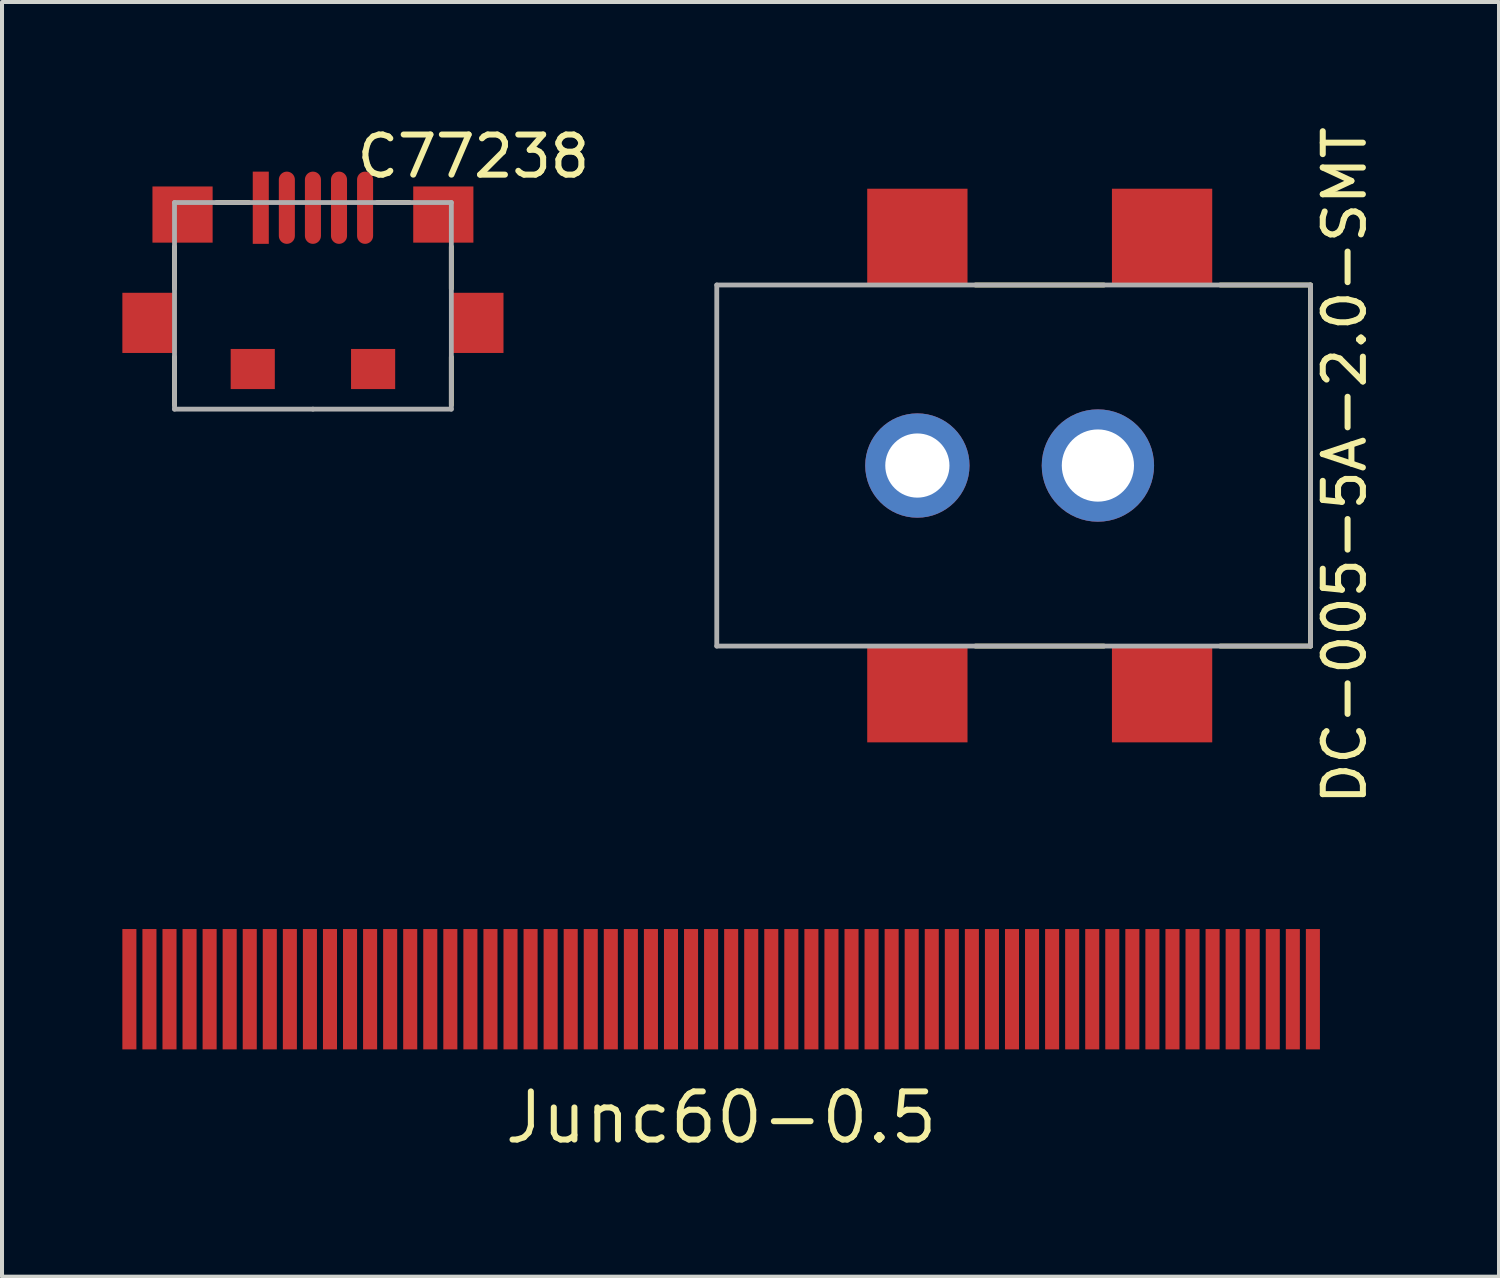
<source format=kicad_pcb>
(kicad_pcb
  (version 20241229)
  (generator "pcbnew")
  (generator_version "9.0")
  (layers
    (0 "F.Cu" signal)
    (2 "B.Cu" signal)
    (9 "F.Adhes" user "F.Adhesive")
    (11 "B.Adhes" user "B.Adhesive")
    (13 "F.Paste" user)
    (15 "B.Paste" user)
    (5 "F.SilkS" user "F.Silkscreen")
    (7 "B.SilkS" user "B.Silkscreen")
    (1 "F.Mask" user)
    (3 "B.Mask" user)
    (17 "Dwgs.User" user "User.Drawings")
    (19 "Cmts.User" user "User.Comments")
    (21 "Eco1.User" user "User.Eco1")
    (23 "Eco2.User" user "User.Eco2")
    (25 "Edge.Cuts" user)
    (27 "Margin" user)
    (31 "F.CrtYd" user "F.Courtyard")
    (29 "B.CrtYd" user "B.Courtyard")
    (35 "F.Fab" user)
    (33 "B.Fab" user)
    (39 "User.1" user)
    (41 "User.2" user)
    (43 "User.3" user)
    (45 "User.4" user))
  (footprint "Junc60-0.5"
    (layer "F.Cu")
    (at 14.925 21.607)
    (property "Reference" "Junc60-0.5" (at 0 3.2 0) (layer "F.SilkS") (effects (font (size 1.2 1.2) (thickness 0.15))))
    (attr through_hole)
    (pad "1" smd rect (at -14.75 0) (size 0.35 3) (layers "F.Cu" "F.Mask" "F.Paste"))
    (pad "2" smd rect (at -14.25 0) (size 0.35 3) (layers "F.Cu" "F.Mask" "F.Paste"))
    (pad "3" smd rect (at -13.75 0) (size 0.35 3) (layers "F.Cu" "F.Mask" "F.Paste"))
    (pad "4" smd rect (at -13.25 0) (size 0.35 3) (layers "F.Cu" "F.Mask" "F.Paste"))
    (pad "5" smd rect (at -12.75 0) (size 0.35 3) (layers "F.Cu" "F.Mask" "F.Paste"))
    (pad "6" smd rect (at -12.25 0) (size 0.35 3) (layers "F.Cu" "F.Mask" "F.Paste"))
    (pad "7" smd rect (at -11.75 0) (size 0.35 3) (layers "F.Cu" "F.Mask" "F.Paste"))
    (pad "8" smd rect (at -11.25 0) (size 0.35 3) (layers "F.Cu" "F.Mask" "F.Paste"))
    (pad "9" smd rect (at -10.75 0) (size 0.35 3) (layers "F.Cu" "F.Mask" "F.Paste"))
    (pad "10" smd rect (at -10.25 0) (size 0.35 3) (layers "F.Cu" "F.Mask" "F.Paste"))
    (pad "11" smd rect (at -9.75 0) (size 0.35 3) (layers "F.Cu" "F.Mask" "F.Paste"))
    (pad "12" smd rect (at -9.25 0) (size 0.35 3) (layers "F.Cu" "F.Mask" "F.Paste"))
    (pad "13" smd rect (at -8.75 0) (size 0.35 3) (layers "F.Cu" "F.Mask" "F.Paste"))
    (pad "14" smd rect (at -8.25 0) (size 0.35 3) (layers "F.Cu" "F.Mask" "F.Paste"))
    (pad "15" smd rect (at -7.75 0) (size 0.35 3) (layers "F.Cu" "F.Mask" "F.Paste"))
    (pad "16" smd rect (at -7.25 0) (size 0.35 3) (layers "F.Cu" "F.Mask" "F.Paste"))
    (pad "17" smd rect (at -6.75 0) (size 0.35 3) (layers "F.Cu" "F.Mask" "F.Paste"))
    (pad "18" smd rect (at -6.25 0) (size 0.35 3) (layers "F.Cu" "F.Mask" "F.Paste"))
    (pad "19" smd rect (at -5.75 0) (size 0.35 3) (layers "F.Cu" "F.Mask" "F.Paste"))
    (pad "20" smd rect (at -5.25 0) (size 0.35 3) (layers "F.Cu" "F.Mask" "F.Paste"))
    (pad "21" smd rect (at -4.75 0) (size 0.35 3) (layers "F.Cu" "F.Mask" "F.Paste"))
    (pad "22" smd rect (at -4.25 0) (size 0.35 3) (layers "F.Cu" "F.Mask" "F.Paste"))
    (pad "23" smd rect (at -3.75 0) (size 0.35 3) (layers "F.Cu" "F.Mask" "F.Paste"))
    (pad "24" smd rect (at -3.25 0) (size 0.35 3) (layers "F.Cu" "F.Mask" "F.Paste"))
    (pad "25" smd rect (at -2.75 0) (size 0.35 3) (layers "F.Cu" "F.Mask" "F.Paste"))
    (pad "26" smd rect (at -2.25 0) (size 0.35 3) (layers "F.Cu" "F.Mask" "F.Paste"))
    (pad "27" smd rect (at -1.75 0) (size 0.35 3) (layers "F.Cu" "F.Mask" "F.Paste"))
    (pad "28" smd rect (at -1.25 0) (size 0.35 3) (layers "F.Cu" "F.Mask" "F.Paste"))
    (pad "29" smd rect (at -0.75 0) (size 0.35 3) (layers "F.Cu" "F.Mask" "F.Paste"))
    (pad "30" smd rect (at -0.25 0) (size 0.35 3) (layers "F.Cu" "F.Mask" "F.Paste"))
    (pad "31" smd rect (at 0.25 0) (size 0.35 3) (layers "F.Cu" "F.Mask" "F.Paste"))
    (pad "32" smd rect (at 0.75 0) (size 0.35 3) (layers "F.Cu" "F.Mask" "F.Paste"))
    (pad "33" smd rect (at 1.25 0) (size 0.35 3) (layers "F.Cu" "F.Mask" "F.Paste"))
    (pad "34" smd rect (at 1.75 0) (size 0.35 3) (layers "F.Cu" "F.Mask" "F.Paste"))
    (pad "35" smd rect (at 2.25 0) (size 0.35 3) (layers "F.Cu" "F.Mask" "F.Paste"))
    (pad "36" smd rect (at 2.75 0) (size 0.35 3) (layers "F.Cu" "F.Mask" "F.Paste"))
    (pad "37" smd rect (at 3.25 0) (size 0.35 3) (layers "F.Cu" "F.Mask" "F.Paste"))
    (pad "38" smd rect (at 3.75 0) (size 0.35 3) (layers "F.Cu" "F.Mask" "F.Paste"))
    (pad "39" smd rect (at 4.25 0) (size 0.35 3) (layers "F.Cu" "F.Mask" "F.Paste"))
    (pad "40" smd rect (at 4.75 0) (size 0.35 3) (layers "F.Cu" "F.Mask" "F.Paste"))
    (pad "41" smd rect (at 5.25 0) (size 0.35 3) (layers "F.Cu" "F.Mask" "F.Paste"))
    (pad "42" smd rect (at 5.75 0) (size 0.35 3) (layers "F.Cu" "F.Mask" "F.Paste"))
    (pad "43" smd rect (at 6.25 0) (size 0.35 3) (layers "F.Cu" "F.Mask" "F.Paste"))
    (pad "44" smd rect (at 6.75 0) (size 0.35 3) (layers "F.Cu" "F.Mask" "F.Paste"))
    (pad "45" smd rect (at 7.25 0) (size 0.35 3) (layers "F.Cu" "F.Mask" "F.Paste"))
    (pad "46" smd rect (at 7.75 0) (size 0.35 3) (layers "F.Cu" "F.Mask" "F.Paste"))
    (pad "47" smd rect (at 8.25 0) (size 0.35 3) (layers "F.Cu" "F.Mask" "F.Paste"))
    (pad "48" smd rect (at 8.75 0) (size 0.35 3) (layers "F.Cu" "F.Mask" "F.Paste"))
    (pad "49" smd rect (at 9.25 0) (size 0.35 3) (layers "F.Cu" "F.Mask" "F.Paste"))
    (pad "50" smd rect (at 9.75 0) (size 0.35 3) (layers "F.Cu" "F.Mask" "F.Paste"))
    (pad "51" smd rect (at 10.25 0) (size 0.35 3) (layers "F.Cu" "F.Mask" "F.Paste"))
    (pad "52" smd rect (at 10.75 0) (size 0.35 3) (layers "F.Cu" "F.Mask" "F.Paste"))
    (pad "53" smd rect (at 11.25 0) (size 0.35 3) (layers "F.Cu" "F.Mask" "F.Paste"))
    (pad "54" smd rect (at 11.75 0) (size 0.35 3) (layers "F.Cu" "F.Mask" "F.Paste"))
    (pad "55" smd rect (at 12.25 0) (size 0.35 3) (layers "F.Cu" "F.Mask" "F.Paste"))
    (pad "56" smd rect (at 12.75 0) (size 0.35 3) (layers "F.Cu" "F.Mask" "F.Paste"))
    (pad "57" smd rect (at 13.25 0) (size 0.35 3) (layers "F.Cu" "F.Mask" "F.Paste"))
    (pad "58" smd rect (at 13.75 0) (size 0.35 3) (layers "F.Cu" "F.Mask" "F.Paste"))
    (pad "59" smd rect (at 14.25 0) (size 0.35 3) (layers "F.Cu" "F.Mask" "F.Paste"))
    (pad "60" smd rect (at 14.75 0) (size 0.35 3) (layers "F.Cu" "F.Mask" "F.Paste")))
  (footprint "DC-005-5A-2.0-SMT"
    (layer "F.Cu")
    (at 22.866 8.554)
    (property "Reference" "DC-005-5A-2.0-SMT" (at 7.6 0 90) (layer "F.SilkS") (effects (font (size 1 1) (thickness 0.15))))
    (attr smd)
    (fp_line (start 1.6 -4.5) (end -1.6 -4.5) (stroke (width 0.12) (type solid)) (layer "F.SilkS"))
    (fp_line (start 1.6 4.5) (end -1.6 4.5) (stroke (width 0.12) (type solid)) (layer "F.SilkS"))
    (fp_line (start 6.75 -4.5) (end 4.5 -4.5) (stroke (width 0.12) (type solid)) (layer "F.SilkS"))
    (fp_line (start 6.75 -4.5) (end 6.75 4.5) (stroke (width 0.12) (type solid)) (layer "F.SilkS"))
    (fp_line (start 6.75 4.5) (end 4.5 4.5) (stroke (width 0.12) (type solid)) (layer "F.SilkS"))
    (fp_line (start -8.05 -4.5) (end -8.05 4.5) (stroke (width 0.12) (type solid)) (layer "F.Fab"))
    (fp_line (start -8.05 -4.5) (end 6.75 -4.5) (stroke (width 0.12) (type solid)) (layer "F.Fab"))
    (fp_line (start -8.05 4.5) (end 6.75 4.5) (stroke (width 0.12) (type solid)) (layer "F.Fab"))
    (fp_line (start 6.75 -4.5) (end 6.75 4.5) (stroke (width 0.12) (type solid)) (layer "F.Fab"))
    (pad "" np_thru_hole circle (at -3.05 0) (size 2.6 2.6) (drill 1.6) (layers "*.Cu" "*.Mask"))
    (pad "" np_thru_hole circle (at 1.45 0) (size 2.8 2.8) (drill 1.8) (layers "*.Cu" "*.Mask"))
    (pad "1" smd rect (at -3.05 -5.7) (size 2.5 2.4) (layers "F.Cu" "F.Mask" "F.Paste"))
    (pad "1" smd rect (at 3.05 -5.7) (size 2.5 2.4) (layers "F.Cu" "F.Mask" "F.Paste"))
    (pad "2" smd rect (at -3.05 5.7) (size 2.5 2.4) (layers "F.Cu" "F.Mask" "F.Paste"))
    (pad "3" smd rect (at 3.05 5.7) (size 2.5 2.4) (layers "F.Cu" "F.Mask" "F.Paste")))
  (footprint "C77238"
    (layer "F.Cu")
    (at 4.75 7.148)
    (property "Reference" "C77238" (at 4 -6.3 0) (layer "F.SilkS") (effects (font (size 1 1) (thickness 0.15))))
    (attr smd)
    (fp_line (start -3.45 -3) (end -3.45 -4.05) (stroke (width 0.12) (type solid)) (layer "F.SilkS"))
    (fp_line (start -3.45 -1.3) (end -3.45 -0.1) (stroke (width 0.12) (type solid)) (layer "F.SilkS"))
    (fp_line (start -2.4 -5.15) (end -1.6 -5.15) (stroke (width 0.12) (type solid)) (layer "F.SilkS"))
    (fp_line (start 1.6 -5.15) (end 2.4 -5.15) (stroke (width 0.12) (type solid)) (layer "F.SilkS"))
    (fp_line (start 3.45 -4.05) (end 3.45 -3) (stroke (width 0.12) (type solid)) (layer "F.SilkS"))
    (fp_line (start 3.45 -1.3) (end 3.45 -0.1) (stroke (width 0.12) (type solid)) (layer "F.SilkS"))
    (fp_line (start -3.45 -5.15) (end -3.45 0) (stroke (width 0.12) (type solid)) (layer "F.Fab"))
    (fp_line (start -3.45 0) (end 0 0) (stroke (width 0.12) (type solid)) (layer "F.Fab"))
    (fp_line (start 0 0) (end 3.45 0) (stroke (width 0.12) (type solid)) (layer "F.Fab"))
    (fp_line (start 3.45 -5.15) (end -3.45 -5.15) (stroke (width 0.12) (type solid)) (layer "F.Fab"))
    (fp_line (start 3.45 0) (end 3.45 -5.15) (stroke (width 0.12) (type solid)) (layer "F.Fab"))
    (pad "1" smd rect (at -1.3 -5.02) (size 0.4 1.8) (layers "F.Cu" "F.Mask" "F.Paste"))
    (pad "2" smd oval (at -0.65 -5.02) (size 0.4 1.8) (layers "F.Cu" "F.Mask" "F.Paste"))
    (pad "3" smd oval (at 0 -5.02) (size 0.4 1.8) (layers "F.Cu" "F.Mask" "F.Paste"))
    (pad "4" smd oval (at 0.65 -5.02) (size 0.4 1.8) (layers "F.Cu" "F.Mask" "F.Paste"))
    (pad "5" smd oval (at 1.3 -5.02) (size 0.4 1.8) (layers "F.Cu" "F.Mask" "F.Paste"))
    (pad "6" smd rect (at -1.5 -1) (size 1.1 1) (layers "F.Cu" "F.Mask" "F.Paste"))
    (pad "7" smd rect (at 1.5 -1) (size 1.1 1) (layers "F.Cu" "F.Mask" "F.Paste"))
    (pad "8" smd rect (at -4.075 -2.15) (size 1.35 1.5) (layers "F.Cu" "F.Mask" "F.Paste"))
    (pad "9" smd rect (at 4.075 -2.15) (size 1.35 1.5) (layers "F.Cu" "F.Mask" "F.Paste"))
    (pad "10" smd rect (at -3.25 -4.85) (size 1.5 1.4) (layers "F.Cu" "F.Mask" "F.Paste"))
    (pad "11" smd rect (at 3.25 -4.85) (size 1.5 1.4) (layers "F.Cu" "F.Mask" "F.Paste")))
  (gr_rect
    (start -3 -3)
    (end 34.314 28.772)
    (stroke (width 0.1) (type default))
    (fill no)
    (layer "Edge.Cuts")))
</source>
